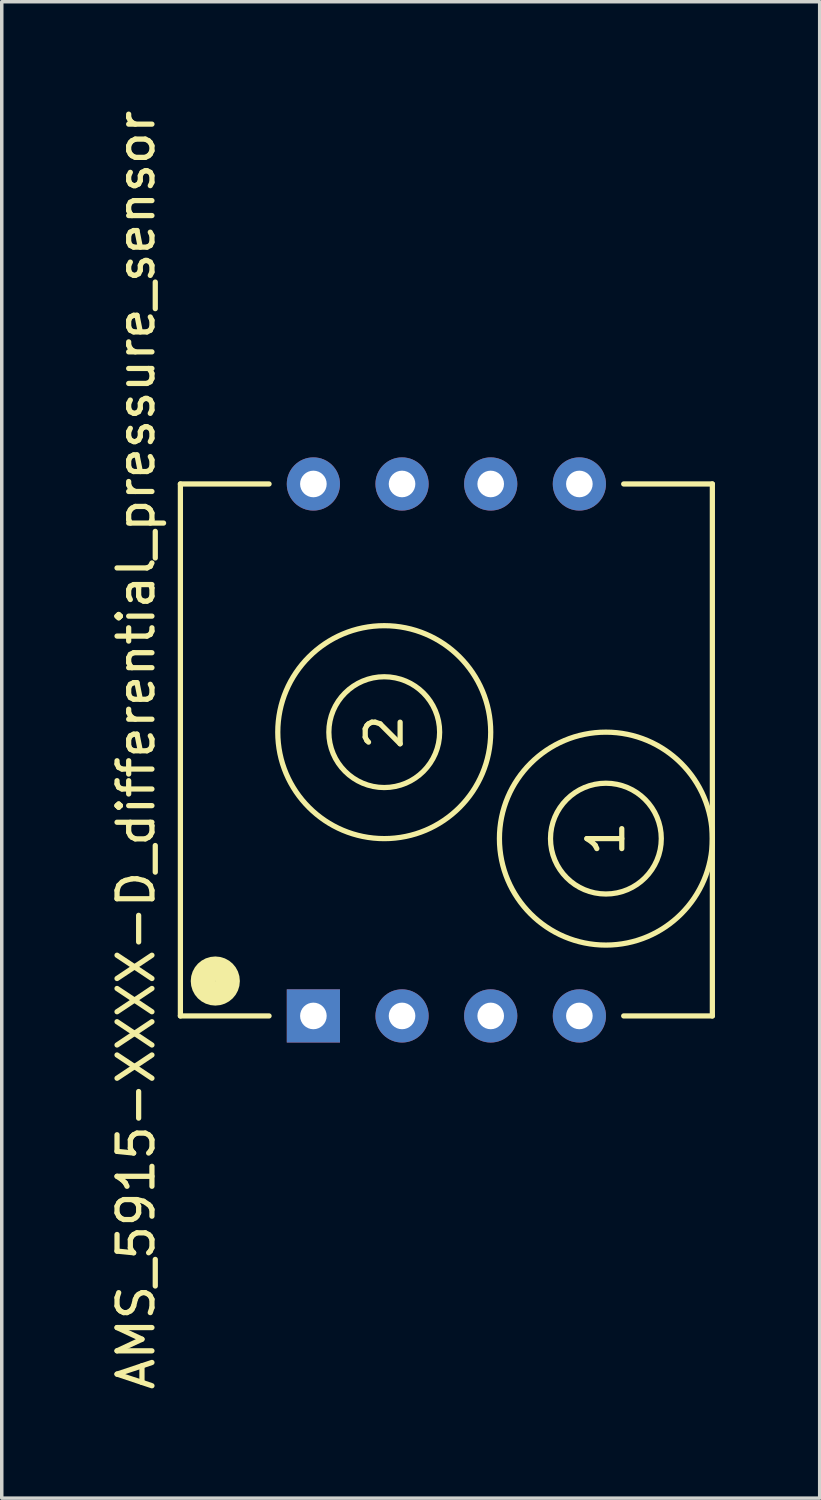
<source format=kicad_pcb>
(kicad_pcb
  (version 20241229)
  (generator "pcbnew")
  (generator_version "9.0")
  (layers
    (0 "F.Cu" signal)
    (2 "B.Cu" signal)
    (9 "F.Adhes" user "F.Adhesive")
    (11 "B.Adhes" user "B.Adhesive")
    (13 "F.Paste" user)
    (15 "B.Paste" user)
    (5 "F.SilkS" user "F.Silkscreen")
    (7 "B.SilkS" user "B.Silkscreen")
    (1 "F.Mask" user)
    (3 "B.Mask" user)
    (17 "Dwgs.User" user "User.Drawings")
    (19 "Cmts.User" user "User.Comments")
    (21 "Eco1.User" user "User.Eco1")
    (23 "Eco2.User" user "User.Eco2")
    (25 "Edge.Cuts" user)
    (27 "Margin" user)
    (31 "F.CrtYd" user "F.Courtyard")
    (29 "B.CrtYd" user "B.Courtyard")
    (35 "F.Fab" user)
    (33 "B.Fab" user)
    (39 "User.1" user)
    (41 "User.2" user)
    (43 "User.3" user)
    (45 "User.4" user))
  (footprint "AMS_5915-XXXX-D_differential_pressure_sensor"
    (layer "F.Cu")
    (at 2.118 26.055)
    (property "Reference" "AMS_5915-XXXX-D_differential_pressure_sensor" (at -1.27 -7.62 90) (layer "F.SilkS") (effects (font (size 1 1) (thickness 0.15))))
    (attr through_hole)
    (fp_line (start 0 -15.24) (end 2.54 -15.24) (stroke (width 0.15) (type solid)) (layer "F.SilkS"))
    (fp_line (start 0 0) (end 0 -15.24) (stroke (width 0.15) (type solid)) (layer "F.SilkS"))
    (fp_line (start 0 0) (end 2.54 0) (stroke (width 0.15) (type solid)) (layer "F.SilkS"))
    (fp_line (start 15.24 -15.24) (end 12.7 -15.24) (stroke (width 0.15) (type solid)) (layer "F.SilkS"))
    (fp_line (start 15.24 0) (end 12.7 0) (stroke (width 0.15) (type solid)) (layer "F.SilkS"))
    (fp_line (start 15.24 0) (end 15.24 -15.24) (stroke (width 0.15) (type solid)) (layer "F.SilkS"))
    (fp_circle (center 1 -1) (end 0.75 -0.75) (stroke (width 0.7) (type solid)) (fill no) (layer "F.SilkS"))
    (fp_circle (center 5.84 -8.13) (end 5.84 -6.543) (stroke (width 0.15) (type solid)) (fill no) (layer "F.SilkS"))
    (fp_circle (center 5.84 -8.13) (end 5.84 -5.08) (stroke (width 0.15) (type solid)) (fill no) (layer "F.SilkS"))
    (fp_circle (center 12.19 -5.08) (end 12.19 -8.13) (stroke (width 0.15) (type solid)) (fill no) (layer "F.SilkS"))
    (fp_circle (center 12.19 -5.08) (end 12.19 -3.493) (stroke (width 0.15) (type solid)) (fill no) (layer "F.SilkS"))
    (fp_text user "2" (at 5.84 -8.13 90) (layer "F.SilkS") (effects (font (size 1 1) (thickness 0.15))))
    (fp_text user "1" (at 12.19 -5.08 90) (layer "F.SilkS") (effects (font (size 1 1) (thickness 0.15))))
    (pad "1" thru_hole rect (at 3.81 0) (size 1.524 1.524) (drill 0.762) (layers "*.Cu" "*.Mask"))
    (pad "2" thru_hole circle (at 6.35 0) (size 1.524 1.524) (drill 0.762) (layers "*.Cu" "*.Mask"))
    (pad "3" thru_hole circle (at 8.89 0) (size 1.524 1.524) (drill 0.762) (layers "*.Cu" "*.Mask"))
    (pad "4" thru_hole circle (at 11.43 0) (size 1.524 1.524) (drill 0.762) (layers "*.Cu" "*.Mask"))
    (pad "5" thru_hole circle (at 11.43 -15.24) (size 1.524 1.524) (drill 0.762) (layers "*.Cu" "*.Mask"))
    (pad "6" thru_hole circle (at 8.89 -15.24) (size 1.524 1.524) (drill 0.762) (layers "*.Cu" "*.Mask"))
    (pad "7" thru_hole circle (at 6.35 -15.24) (size 1.524 1.524) (drill 0.762) (layers "*.Cu" "*.Mask"))
    (pad "8" thru_hole circle (at 3.81 -15.24) (size 1.524 1.524) (drill 0.762) (layers "*.Cu" "*.Mask")))
  (gr_rect
    (start -3 -3)
    (end 20.433 39.869)
    (stroke (width 0.1) (type default))
    (fill no)
    (layer "Edge.Cuts")))
</source>
